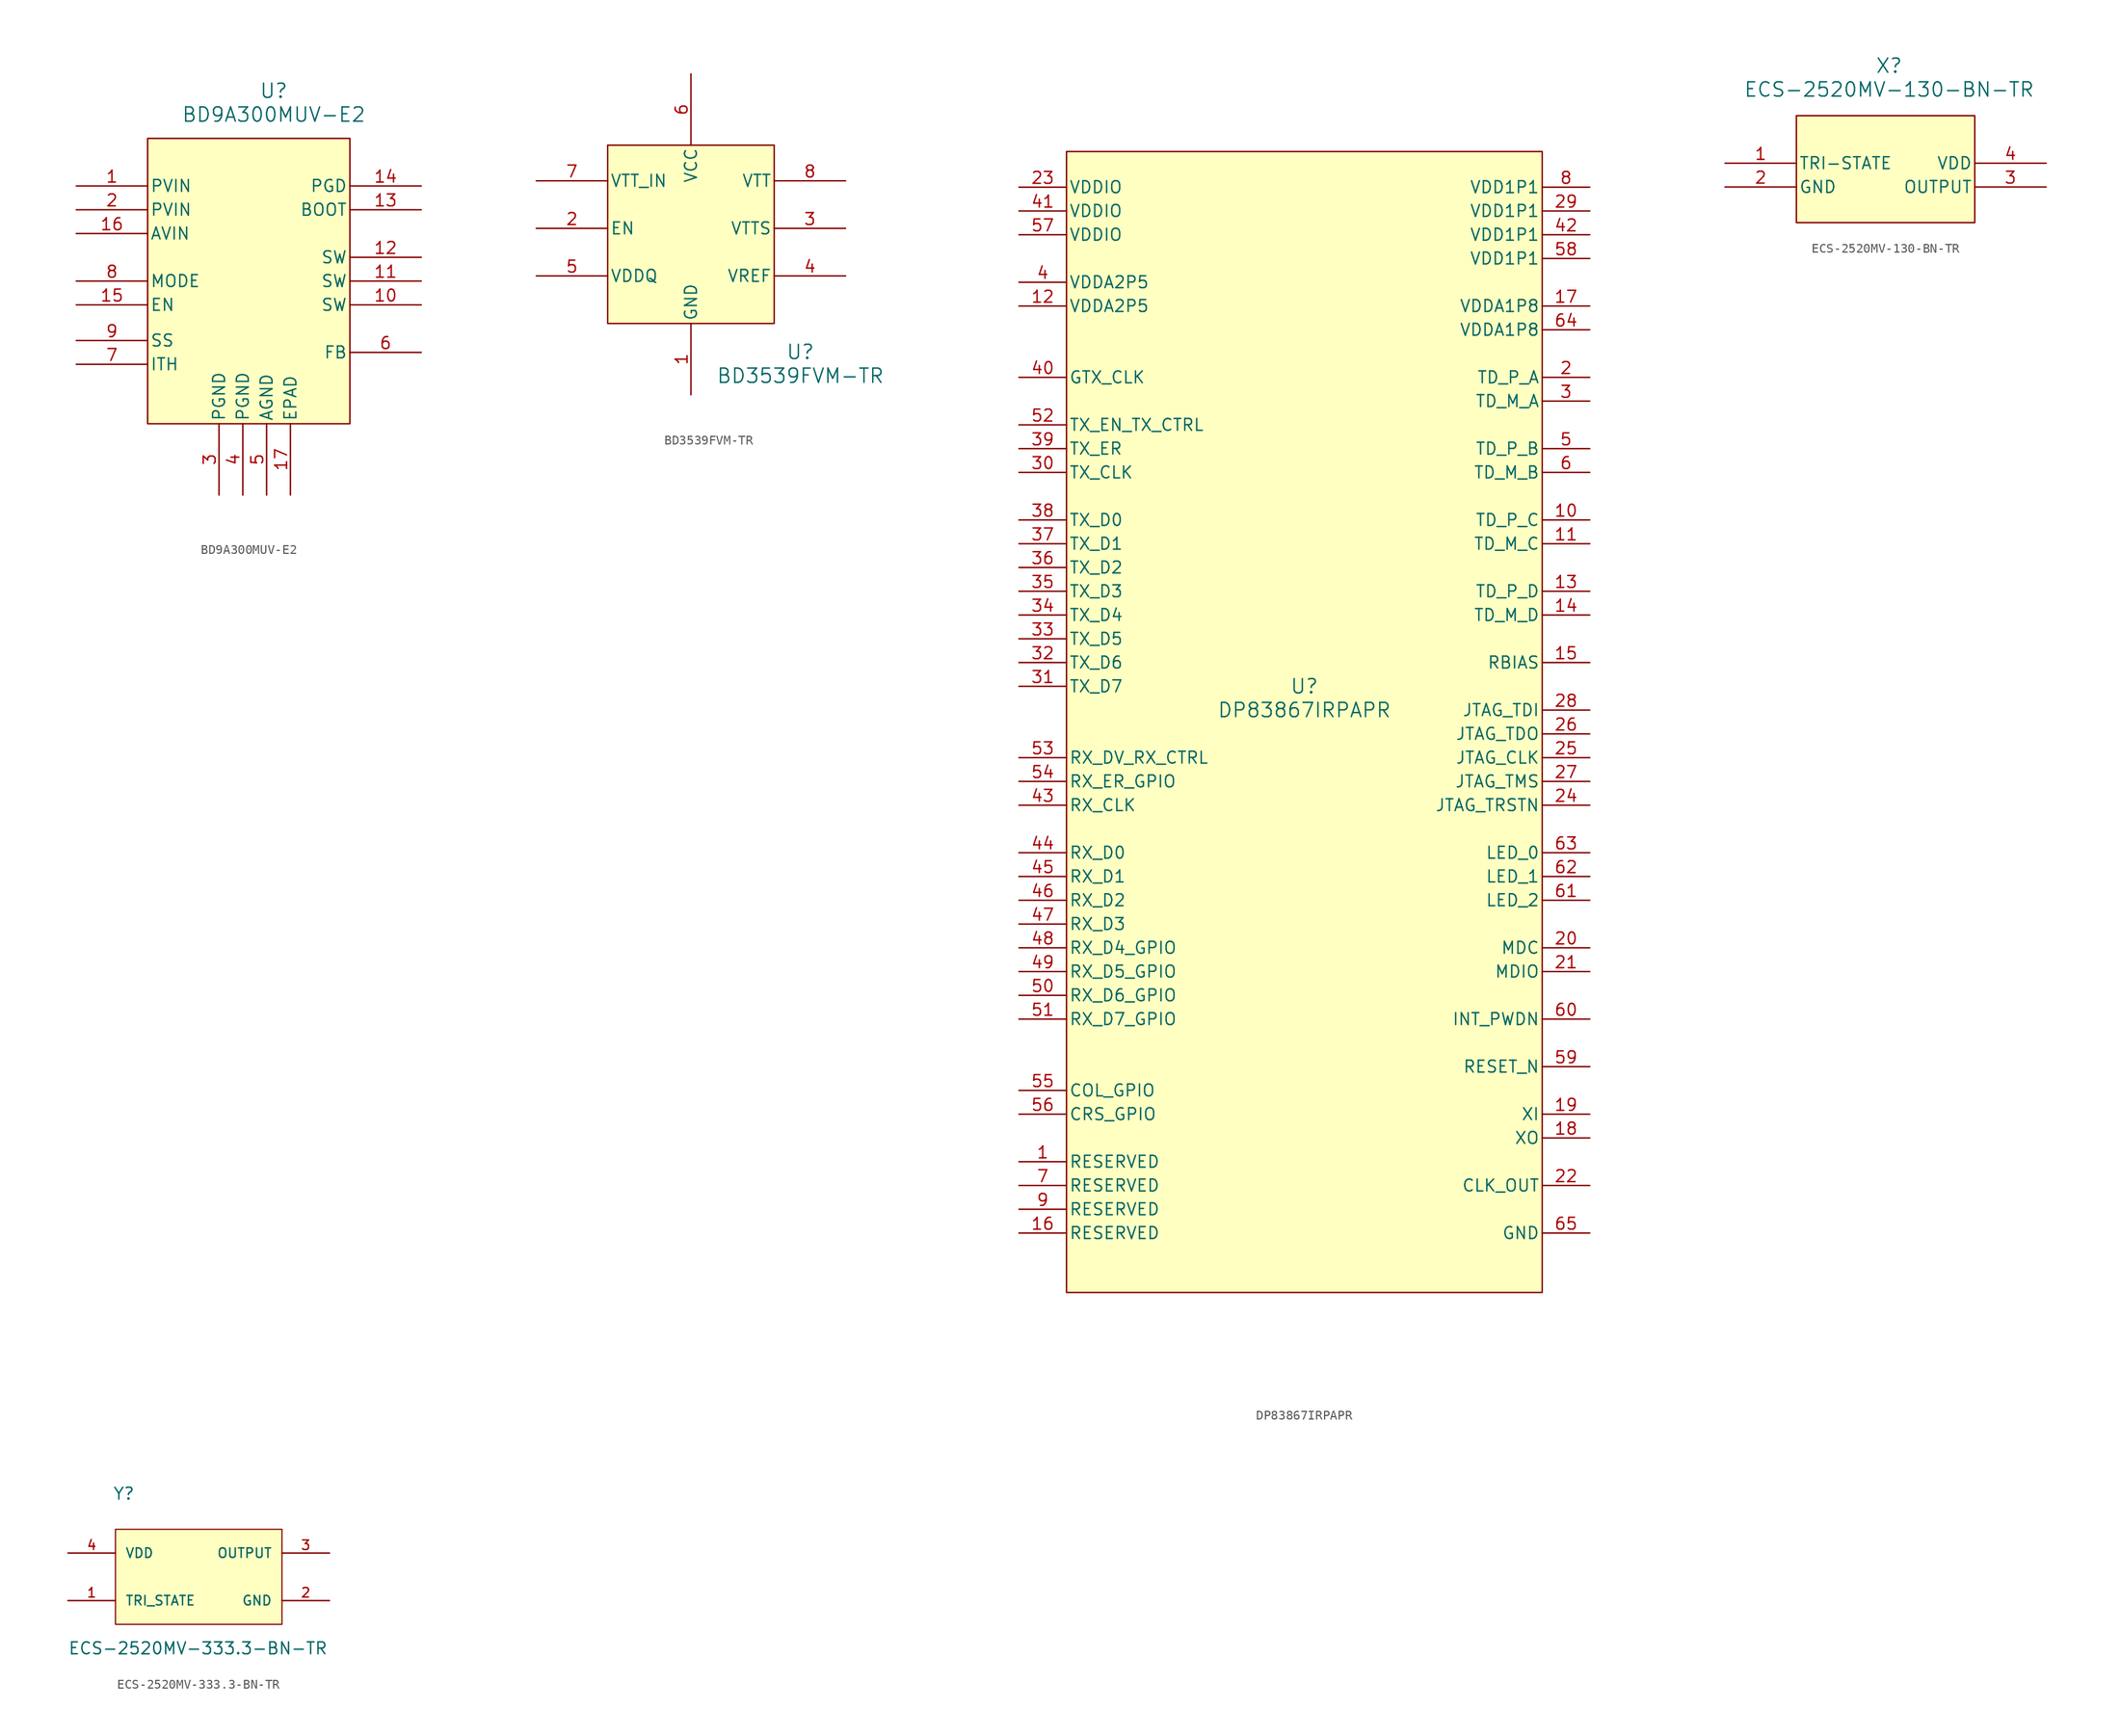
<source format=kicad_sym>
(kicad_symbol_lib
  (version 20241209)
  (generator "kicad_symbol_editor")
  (generator_version "9.0")
  (symbol "BD9A300MUV-E2"
    (pin_names
      (offset 0.254))
    (property "Reference" "U"
      (at 21.082 12.7 0)
      (effects (font (size 1.524 1.524))))
    (property "Value" "BD9A300MUV-E2"
      (at 21.082 10.16 0)
      (effects (font (size 1.524 1.524))))
    (property "ki_locked" ""
      (at 0 0 0)
      (effects (font (size 1.27 1.27))))
    (symbol "BD9A300MUV-E2_0_1"
      (pin unspecified line (at 0 2.54 0) (length 7.62) (name "PVIN" (effects (font (size 1.27 1.27)))) (number "1" (effects (font (size 1.27 1.27)))))
      (pin unspecified line (at 0 0 0) (length 7.62) (name "PVIN" (effects (font (size 1.27 1.27)))) (number "2" (effects (font (size 1.27 1.27)))))
      (pin unspecified line (at 0 -2.54 0) (length 7.62) (name "AVIN" (effects (font (size 1.27 1.27)))) (number "16" (effects (font (size 1.27 1.27)))))
      (pin unspecified line (at 0 -7.62 0) (length 7.62) (name "MODE" (effects (font (size 1.27 1.27)))) (number "8" (effects (font (size 1.27 1.27)))))
      (pin unspecified line (at 0 -10.16 0) (length 7.62) (name "EN" (effects (font (size 1.27 1.27)))) (number "15" (effects (font (size 1.27 1.27)))))
      (pin unspecified line (at 0 -13.97 0) (length 7.62) (name "SS" (effects (font (size 1.27 1.27)))) (number "9" (effects (font (size 1.27 1.27)))))
      (pin unspecified line (at 0 -16.51 0) (length 7.62) (name "ITH" (effects (font (size 1.27 1.27)))) (number "7" (effects (font (size 1.27 1.27)))))
      (pin power_out line (at 15.24 -30.48 90) (length 7.62) (name "PGND" (effects (font (size 1.27 1.27)))) (number "3" (effects (font (size 1.27 1.27)))))
      (pin power_out line (at 17.78 -30.48 90) (length 7.62) (name "PGND" (effects (font (size 1.27 1.27)))) (number "4" (effects (font (size 1.27 1.27)))))
      (pin power_out line (at 20.32 -30.48 90) (length 7.62) (name "AGND" (effects (font (size 1.27 1.27)))) (number "5" (effects (font (size 1.27 1.27)))))
      (pin unspecified line (at 22.86 -30.48 90) (length 7.62) (name "EPAD" (effects (font (size 1.27 1.27)))) (number "17" (effects (font (size 1.27 1.27)))))
      (pin unspecified line (at 36.83 2.54 180) (length 7.62) (name "PGD" (effects (font (size 1.27 1.27)))) (number "14" (effects (font (size 1.27 1.27)))))
      (pin unspecified line (at 36.83 0 180) (length 7.62) (name "BOOT" (effects (font (size 1.27 1.27)))) (number "13" (effects (font (size 1.27 1.27)))))
      (pin unspecified line (at 36.83 -5.08 180) (length 7.62) (name "SW" (effects (font (size 1.27 1.27)))) (number "12" (effects (font (size 1.27 1.27)))))
      (pin unspecified line (at 36.83 -7.62 180) (length 7.62) (name "SW" (effects (font (size 1.27 1.27)))) (number "11" (effects (font (size 1.27 1.27)))))
      (pin unspecified line (at 36.83 -10.16 180) (length 7.62) (name "SW" (effects (font (size 1.27 1.27)))) (number "10" (effects (font (size 1.27 1.27)))))
      (pin unspecified line (at 36.83 -15.24 180) (length 7.62) (name "FB" (effects (font (size 1.27 1.27)))) (number "6" (effects (font (size 1.27 1.27))))))
    (symbol "BD9A300MUV-E2_1_1"
      (rectangle (start 7.62 7.62) (end 29.21 -22.86) (stroke (width 0) (type default)) (fill (type background)))))
  (symbol "BD3539FVM-TR"
    (pin_names
      (offset 0.254))
    (property "Reference" "U"
      (at 28.194 -15.748 0)
      (effects (font (size 1.524 1.524))))
    (property "Value" "BD3539FVM-TR"
      (at 28.194 -18.288 0)
      (effects (font (size 1.524 1.524))))
    (property "ki_locked" ""
      (at 0 0 0)
      (effects (font (size 1.27 1.27))))
    (symbol "BD3539FVM-TR_0_1"
      (pin unspecified line (at 0 2.54 0) (length 7.62) (name "VTT_IN" (effects (font (size 1.27 1.27)))) (number "7" (effects (font (size 1.27 1.27)))))
      (pin unspecified line (at 0 -2.54 0) (length 7.62) (name "EN" (effects (font (size 1.27 1.27)))) (number "2" (effects (font (size 1.27 1.27)))))
      (pin power_in line (at 0 -7.62 0) (length 7.62) (name "VDDQ" (effects (font (size 1.27 1.27)))) (number "5" (effects (font (size 1.27 1.27)))))
      (pin power_in line (at 16.51 13.97 270) (length 7.62) (name "VCC" (effects (font (size 1.27 1.27)))) (number "6" (effects (font (size 1.27 1.27)))))
      (pin power_out line (at 16.51 -20.32 90) (length 7.62) (name "GND" (effects (font (size 1.27 1.27)))) (number "1" (effects (font (size 1.27 1.27)))))
      (pin unspecified line (at 33.02 2.54 180) (length 7.62) (name "VTT" (effects (font (size 1.27 1.27)))) (number "8" (effects (font (size 1.27 1.27)))))
      (pin unspecified line (at 33.02 -2.54 180) (length 7.62) (name "VTTS" (effects (font (size 1.27 1.27)))) (number "3" (effects (font (size 1.27 1.27)))))
      (pin power_in line (at 33.02 -7.62 180) (length 7.62) (name "VREF" (effects (font (size 1.27 1.27)))) (number "4" (effects (font (size 1.27 1.27))))))
    (symbol "BD3539FVM-TR_1_1"
      (rectangle (start 7.62 6.35) (end 25.4 -12.7) (stroke (width 0) (type default)) (fill (type background)))))
  (symbol "DP83867IRPAPR"
    (pin_names
      (offset 0.254))
    (property "Reference" "U"
      (at 0 2.54 0)
      (effects (font (size 1.524 1.524))))
    (property "Value" "DP83867IRPAPR"
      (at 0 0 0)
      (effects (font (size 1.524 1.524))))
    (symbol "DP83867IRPAPR_0_1"
      (rectangle (start -25.4 59.69) (end 25.4 -62.23) (stroke (width 0) (type default)) (fill (type background)))
      (pin power_in line (at -30.48 55.88 0) (length 5.08) (name "VDDIO" (effects (font (size 1.27 1.27)))) (number "23" (effects (font (size 1.27 1.27)))))
      (pin power_in line (at -30.48 53.34 0) (length 5.08) (name "VDDIO" (effects (font (size 1.27 1.27)))) (number "41" (effects (font (size 1.27 1.27)))))
      (pin power_in line (at -30.48 50.8 0) (length 5.08) (name "VDDIO" (effects (font (size 1.27 1.27)))) (number "57" (effects (font (size 1.27 1.27)))))
      (pin power_in line (at -30.48 45.72 0) (length 5.08) (name "VDDA2P5" (effects (font (size 1.27 1.27)))) (number "4" (effects (font (size 1.27 1.27)))))
      (pin power_in line (at -30.48 43.18 0) (length 5.08) (name "VDDA2P5" (effects (font (size 1.27 1.27)))) (number "12" (effects (font (size 1.27 1.27)))))
      (pin input line (at -30.48 35.56 0) (length 5.08) (name "GTX_CLK" (effects (font (size 1.27 1.27)))) (number "40" (effects (font (size 1.27 1.27)))))
      (pin bidirectional line (at -30.48 30.48 0) (length 5.08) (name "TX_EN_TX_CTRL" (effects (font (size 1.27 1.27)))) (number "52" (effects (font (size 1.27 1.27)))))
      (pin input line (at -30.48 27.94 0) (length 5.08) (name "TX_ER" (effects (font (size 1.27 1.27)))) (number "39" (effects (font (size 1.27 1.27)))))
      (pin output line (at -30.48 25.4 0) (length 5.08) (name "TX_CLK" (effects (font (size 1.27 1.27)))) (number "30" (effects (font (size 1.27 1.27)))))
      (pin input line (at -30.48 20.32 0) (length 5.08) (name "TX_D0" (effects (font (size 1.27 1.27)))) (number "38" (effects (font (size 1.27 1.27)))))
      (pin input line (at -30.48 17.78 0) (length 5.08) (name "TX_D1" (effects (font (size 1.27 1.27)))) (number "37" (effects (font (size 1.27 1.27)))))
      (pin input line (at -30.48 15.24 0) (length 5.08) (name "TX_D2" (effects (font (size 1.27 1.27)))) (number "36" (effects (font (size 1.27 1.27)))))
      (pin input line (at -30.48 12.7 0) (length 5.08) (name "TX_D3" (effects (font (size 1.27 1.27)))) (number "35" (effects (font (size 1.27 1.27)))))
      (pin input line (at -30.48 10.16 0) (length 5.08) (name "TX_D4" (effects (font (size 1.27 1.27)))) (number "34" (effects (font (size 1.27 1.27)))))
      (pin input line (at -30.48 7.62 0) (length 5.08) (name "TX_D5" (effects (font (size 1.27 1.27)))) (number "33" (effects (font (size 1.27 1.27)))))
      (pin input line (at -30.48 5.08 0) (length 5.08) (name "TX_D6" (effects (font (size 1.27 1.27)))) (number "32" (effects (font (size 1.27 1.27)))))
      (pin input line (at -30.48 2.54 0) (length 5.08) (name "TX_D7" (effects (font (size 1.27 1.27)))) (number "31" (effects (font (size 1.27 1.27)))))
      (pin bidirectional line (at -30.48 -5.08 0) (length 5.08) (name "RX_DV_RX_CTRL" (effects (font (size 1.27 1.27)))) (number "53" (effects (font (size 1.27 1.27)))))
      (pin bidirectional line (at -30.48 -7.62 0) (length 5.08) (name "RX_ER_GPIO" (effects (font (size 1.27 1.27)))) (number "54" (effects (font (size 1.27 1.27)))))
      (pin output line (at -30.48 -10.16 0) (length 5.08) (name "RX_CLK" (effects (font (size 1.27 1.27)))) (number "43" (effects (font (size 1.27 1.27)))))
      (pin output line (at -30.48 -15.24 0) (length 5.08) (name "RX_D0" (effects (font (size 1.27 1.27)))) (number "44" (effects (font (size 1.27 1.27)))))
      (pin output line (at -30.48 -17.78 0) (length 5.08) (name "RX_D1" (effects (font (size 1.27 1.27)))) (number "45" (effects (font (size 1.27 1.27)))))
      (pin output line (at -30.48 -20.32 0) (length 5.08) (name "RX_D2" (effects (font (size 1.27 1.27)))) (number "46" (effects (font (size 1.27 1.27)))))
      (pin output line (at -30.48 -22.86 0) (length 5.08) (name "RX_D3" (effects (font (size 1.27 1.27)))) (number "47" (effects (font (size 1.27 1.27)))))
      (pin bidirectional line (at -30.48 -25.4 0) (length 5.08) (name "RX_D4_GPIO" (effects (font (size 1.27 1.27)))) (number "48" (effects (font (size 1.27 1.27)))))
      (pin bidirectional line (at -30.48 -27.94 0) (length 5.08) (name "RX_D5_GPIO" (effects (font (size 1.27 1.27)))) (number "49" (effects (font (size 1.27 1.27)))))
      (pin bidirectional line (at -30.48 -30.48 0) (length 5.08) (name "RX_D6_GPIO" (effects (font (size 1.27 1.27)))) (number "50" (effects (font (size 1.27 1.27)))))
      (pin bidirectional line (at -30.48 -33.02 0) (length 5.08) (name "RX_D7_GPIO" (effects (font (size 1.27 1.27)))) (number "51" (effects (font (size 1.27 1.27)))))
      (pin output line (at -30.48 -40.64 0) (length 5.08) (name "COL_GPIO" (effects (font (size 1.27 1.27)))) (number "55" (effects (font (size 1.27 1.27)))))
      (pin bidirectional line (at -30.48 -43.18 0) (length 5.08) (name "CRS_GPIO" (effects (font (size 1.27 1.27)))) (number "56" (effects (font (size 1.27 1.27)))))
      (pin unspecified line (at -30.48 -48.26 0) (length 5.08) (name "RESERVED" (effects (font (size 1.27 1.27)))) (number "1" (effects (font (size 1.27 1.27)))))
      (pin unspecified line (at -30.48 -50.8 0) (length 5.08) (name "RESERVED" (effects (font (size 1.27 1.27)))) (number "7" (effects (font (size 1.27 1.27)))))
      (pin unspecified line (at -30.48 -53.34 0) (length 5.08) (name "RESERVED" (effects (font (size 1.27 1.27)))) (number "9" (effects (font (size 1.27 1.27)))))
      (pin unspecified line (at -30.48 -55.88 0) (length 5.08) (name "RESERVED" (effects (font (size 1.27 1.27)))) (number "16" (effects (font (size 1.27 1.27)))))
      (pin power_in line (at 30.48 55.88 180) (length 5.08) (name "VDD1P1" (effects (font (size 1.27 1.27)))) (number "8" (effects (font (size 1.27 1.27)))))
      (pin power_in line (at 30.48 53.34 180) (length 5.08) (name "VDD1P1" (effects (font (size 1.27 1.27)))) (number "29" (effects (font (size 1.27 1.27)))))
      (pin power_in line (at 30.48 50.8 180) (length 5.08) (name "VDD1P1" (effects (font (size 1.27 1.27)))) (number "42" (effects (font (size 1.27 1.27)))))
      (pin power_in line (at 30.48 48.26 180) (length 5.08) (name "VDD1P1" (effects (font (size 1.27 1.27)))) (number "58" (effects (font (size 1.27 1.27)))))
      (pin power_in line (at 30.48 43.18 180) (length 5.08) (name "VDDA1P8" (effects (font (size 1.27 1.27)))) (number "17" (effects (font (size 1.27 1.27)))))
      (pin power_in line (at 30.48 40.64 180) (length 5.08) (name "VDDA1P8" (effects (font (size 1.27 1.27)))) (number "64" (effects (font (size 1.27 1.27)))))
      (pin bidirectional line (at 30.48 35.56 180) (length 5.08) (name "TD_P_A" (effects (font (size 1.27 1.27)))) (number "2" (effects (font (size 1.27 1.27)))))
      (pin bidirectional line (at 30.48 33.02 180) (length 5.08) (name "TD_M_A" (effects (font (size 1.27 1.27)))) (number "3" (effects (font (size 1.27 1.27)))))
      (pin bidirectional line (at 30.48 27.94 180) (length 5.08) (name "TD_P_B" (effects (font (size 1.27 1.27)))) (number "5" (effects (font (size 1.27 1.27)))))
      (pin bidirectional line (at 30.48 25.4 180) (length 5.08) (name "TD_M_B" (effects (font (size 1.27 1.27)))) (number "6" (effects (font (size 1.27 1.27)))))
      (pin bidirectional line (at 30.48 20.32 180) (length 5.08) (name "TD_P_C" (effects (font (size 1.27 1.27)))) (number "10" (effects (font (size 1.27 1.27)))))
      (pin bidirectional line (at 30.48 17.78 180) (length 5.08) (name "TD_M_C" (effects (font (size 1.27 1.27)))) (number "11" (effects (font (size 1.27 1.27)))))
      (pin bidirectional line (at 30.48 12.7 180) (length 5.08) (name "TD_P_D" (effects (font (size 1.27 1.27)))) (number "13" (effects (font (size 1.27 1.27)))))
      (pin bidirectional line (at 30.48 10.16 180) (length 5.08) (name "TD_M_D" (effects (font (size 1.27 1.27)))) (number "14" (effects (font (size 1.27 1.27)))))
      (pin unspecified line (at 30.48 5.08 180) (length 5.08) (name "RBIAS" (effects (font (size 1.27 1.27)))) (number "15" (effects (font (size 1.27 1.27)))))
      (pin input line (at 30.48 0 180) (length 5.08) (name "JTAG_TDI" (effects (font (size 1.27 1.27)))) (number "28" (effects (font (size 1.27 1.27)))))
      (pin output line (at 30.48 -2.54 180) (length 5.08) (name "JTAG_TDO" (effects (font (size 1.27 1.27)))) (number "26" (effects (font (size 1.27 1.27)))))
      (pin input line (at 30.48 -5.08 180) (length 5.08) (name "JTAG_CLK" (effects (font (size 1.27 1.27)))) (number "25" (effects (font (size 1.27 1.27)))))
      (pin input line (at 30.48 -7.62 180) (length 5.08) (name "JTAG_TMS" (effects (font (size 1.27 1.27)))) (number "27" (effects (font (size 1.27 1.27)))))
      (pin input line (at 30.48 -10.16 180) (length 5.08) (name "JTAG_TRSTN" (effects (font (size 1.27 1.27)))) (number "24" (effects (font (size 1.27 1.27)))))
      (pin bidirectional line (at 30.48 -15.24 180) (length 5.08) (name "LED_0" (effects (font (size 1.27 1.27)))) (number "63" (effects (font (size 1.27 1.27)))))
      (pin bidirectional line (at 30.48 -17.78 180) (length 5.08) (name "LED_1" (effects (font (size 1.27 1.27)))) (number "62" (effects (font (size 1.27 1.27)))))
      (pin bidirectional line (at 30.48 -20.32 180) (length 5.08) (name "LED_2" (effects (font (size 1.27 1.27)))) (number "61" (effects (font (size 1.27 1.27)))))
      (pin input line (at 30.48 -25.4 180) (length 5.08) (name "MDC" (effects (font (size 1.27 1.27)))) (number "20" (effects (font (size 1.27 1.27)))))
      (pin bidirectional line (at 30.48 -27.94 180) (length 5.08) (name "MDIO" (effects (font (size 1.27 1.27)))) (number "21" (effects (font (size 1.27 1.27)))))
      (pin bidirectional line (at 30.48 -33.02 180) (length 5.08) (name "INT_PWDN" (effects (font (size 1.27 1.27)))) (number "60" (effects (font (size 1.27 1.27)))))
      (pin input line (at 30.48 -38.1 180) (length 5.08) (name "RESET_N" (effects (font (size 1.27 1.27)))) (number "59" (effects (font (size 1.27 1.27)))))
      (pin unspecified line (at 30.48 -43.18 180) (length 5.08) (name "XI" (effects (font (size 1.27 1.27)))) (number "19" (effects (font (size 1.27 1.27)))))
      (pin unspecified line (at 30.48 -45.72 180) (length 5.08) (name "XO" (effects (font (size 1.27 1.27)))) (number "18" (effects (font (size 1.27 1.27)))))
      (pin output line (at 30.48 -50.8 180) (length 5.08) (name "CLK_OUT" (effects (font (size 1.27 1.27)))) (number "22" (effects (font (size 1.27 1.27)))))
      (pin power_in line (at 30.48 -55.88 180) (length 5.08) (name "GND" (effects (font (size 1.27 1.27)))) (number "65" (effects (font (size 1.27 1.27)))))))
  (symbol "ECS-2520MV-130-BN-TR"
    (pin_names
      (offset 0.254))
    (property "Reference" "X"
      (at 17.526 10.414 0)
      (effects (font (size 1.524 1.524))))
    (property "Value" "ECS-2520MV-130-BN-TR"
      (at 17.526 7.874 0)
      (effects (font (size 1.524 1.524))))
    (property "ki_locked" ""
      (at 0 0 0)
      (effects (font (size 1.27 1.27))))
    (symbol "ECS-2520MV-130-BN-TR_0_1"
      (pin unspecified line (at 0 0 0) (length 7.62) (name "TRI-STATE" (effects (font (size 1.27 1.27)))) (number "1" (effects (font (size 1.27 1.27)))))
      (pin power_out line (at 0 -2.54 0) (length 7.62) (name "GND" (effects (font (size 1.27 1.27)))) (number "2" (effects (font (size 1.27 1.27)))))
      (pin power_in line (at 34.29 0 180) (length 7.62) (name "VDD" (effects (font (size 1.27 1.27)))) (number "4" (effects (font (size 1.27 1.27)))))
      (pin output line (at 34.29 -2.54 180) (length 7.62) (name "OUTPUT" (effects (font (size 1.27 1.27)))) (number "3" (effects (font (size 1.27 1.27))))))
    (symbol "ECS-2520MV-130-BN-TR_1_1"
      (rectangle (start 7.62 5.08) (end 26.67 -6.35) (stroke (width 0) (type default)) (fill (type background)))))
  (symbol "ECS-2520MV-333.3-BN-TR"
    (pin_names
      (offset 1.016))
    (property "Reference" "Y"
      (at -0.285 3.064 0)
      (effects (font (size 1.27 1.27)) (justify left bottom)))
    (property "Value" "ECS-2520MV-333.3-BN-TR"
      (at -5.08 -13.462 0)
      (effects (font (size 1.27 1.27)) (justify left bottom)))
    (symbol "ECS-2520MV-333.3-BN-TR_0_0"
      (rectangle (start 0 0) (end 17.78 -10.16) (stroke (width 0.127) (type default)) (fill (type background)))
      (pin input line (at -5.08 -2.54 0) (length 5.08) (name "VDD" (effects (font (size 1.016 1.016)))) (number "4" (effects (font (size 1.016 1.016)))))
      (pin input line (at -5.08 -7.62 0) (length 5.08) (name "TRI_STATE" (effects (font (size 1.016 1.016)))) (number "1" (effects (font (size 1.016 1.016)))))
      (pin output line (at 22.86 -2.54 180) (length 5.08) (name "OUTPUT" (effects (font (size 1.016 1.016)))) (number "3" (effects (font (size 1.016 1.016)))))
      (pin power_in line (at 22.86 -7.62 180) (length 5.08) (name "GND" (effects (font (size 1.016 1.016)))) (number "2" (effects (font (size 1.016 1.016))))))))
</source>
